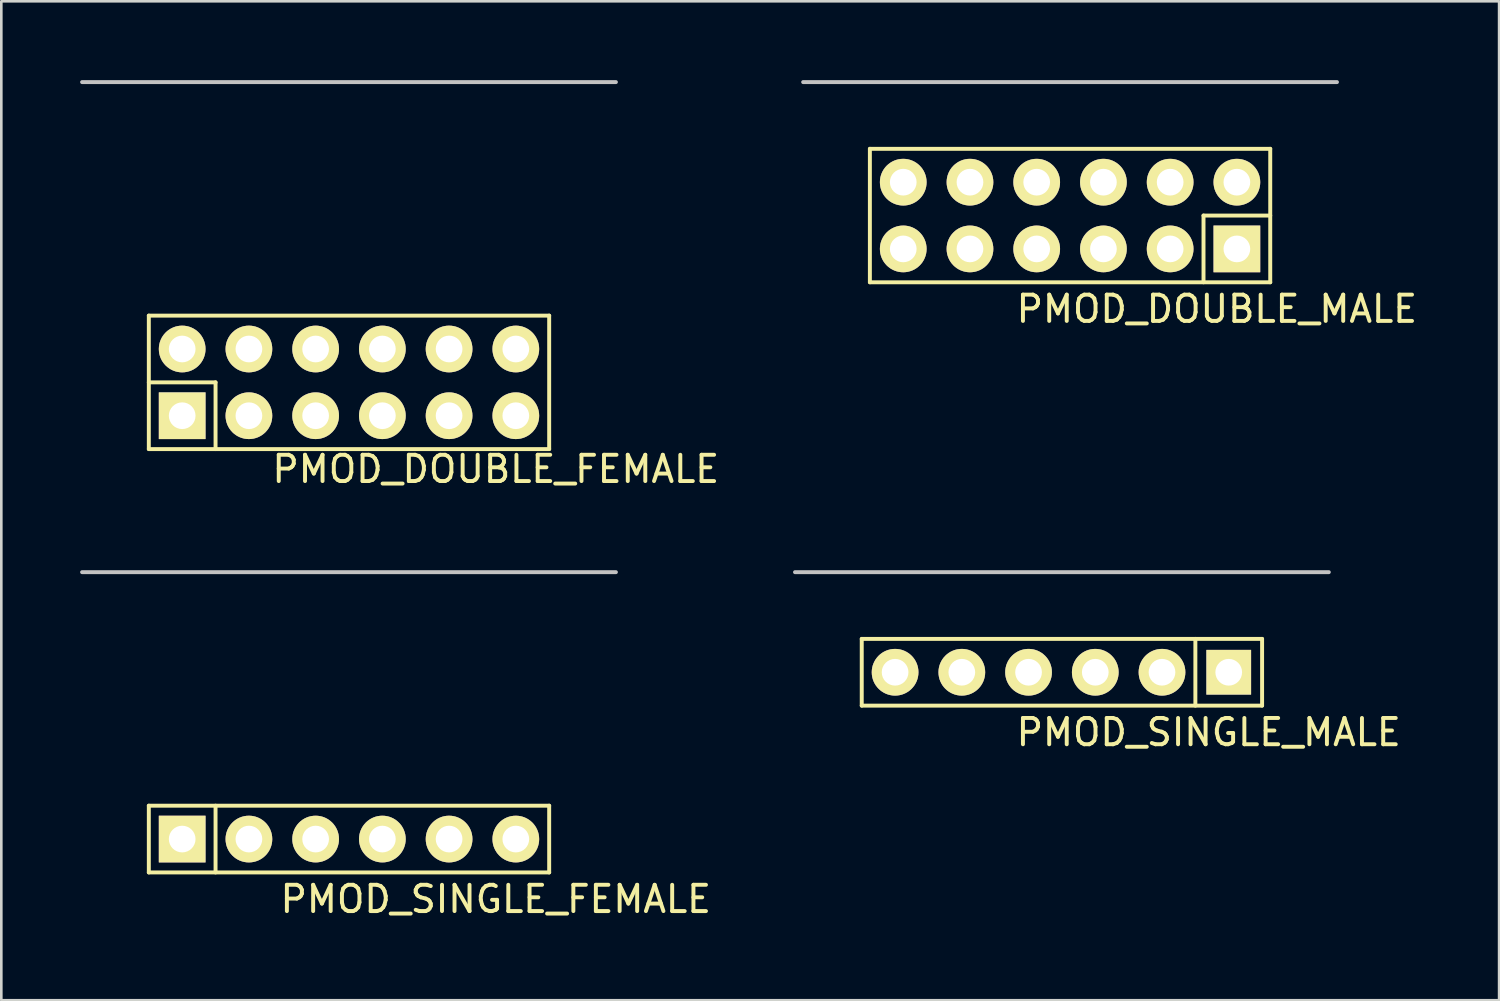
<source format=kicad_pcb>
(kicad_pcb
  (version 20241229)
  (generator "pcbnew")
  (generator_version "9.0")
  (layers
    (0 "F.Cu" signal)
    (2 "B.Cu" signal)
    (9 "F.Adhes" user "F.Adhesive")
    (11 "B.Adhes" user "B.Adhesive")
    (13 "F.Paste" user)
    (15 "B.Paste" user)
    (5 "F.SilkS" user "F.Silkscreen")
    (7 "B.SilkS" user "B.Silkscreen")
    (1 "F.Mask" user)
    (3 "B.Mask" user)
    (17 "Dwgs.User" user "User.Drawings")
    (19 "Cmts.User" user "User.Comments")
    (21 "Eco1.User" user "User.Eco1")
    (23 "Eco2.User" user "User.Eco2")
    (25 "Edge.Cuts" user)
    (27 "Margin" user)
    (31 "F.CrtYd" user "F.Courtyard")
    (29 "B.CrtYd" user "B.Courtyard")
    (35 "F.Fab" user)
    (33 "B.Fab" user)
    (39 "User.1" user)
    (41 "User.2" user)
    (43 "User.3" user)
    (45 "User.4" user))
  (footprint "PMOD_DOUBLE_FEMALE"
    (layer "F.Cu")
    (at 10.235 5.155)
    (property "Reference" "PMOD_DOUBLE_FEMALE" (at 5.588 9.652 0) (layer "F.SilkS") (effects (font (size 1 1) (thickness 0.15))))
    (attr through_hole)
    (fp_line (start -7.62 6.35) (end -5.08 6.35) (stroke (width 0.15) (type solid)) (layer "F.SilkS"))
    (fp_line (start -7.62 8.89) (end -7.62 3.81) (stroke (width 0.15) (type solid)) (layer "F.SilkS"))
    (fp_line (start -7.62 8.89) (end 7.62 8.89) (stroke (width 0.15) (type solid)) (layer "F.SilkS"))
    (fp_line (start -5.08 6.35) (end -5.08 8.89) (stroke (width 0.15) (type solid)) (layer "F.SilkS"))
    (fp_line (start 7.62 3.81) (end -7.62 3.81) (stroke (width 0.15) (type solid)) (layer "F.SilkS"))
    (fp_line (start 7.62 8.89) (end 7.62 3.81) (stroke (width 0.15) (type solid)) (layer "F.SilkS"))
    (fp_line (start -10.16 -5.08) (end 10.16 -5.08) (stroke (width 0.15) (type solid)) (layer "Dwgs.User"))
    (pad "1" thru_hole rect (at -6.35 7.62) (size 1.778 1.778) (drill 1.016) (layers "*.Cu" "*.Mask" "F.SilkS"))
    (pad "2" thru_hole circle (at -3.81 7.62) (size 1.778 1.778) (drill 1.016) (layers "*.Cu" "*.Mask" "F.SilkS"))
    (pad "3" thru_hole circle (at -1.27 7.62) (size 1.778 1.778) (drill 1.016) (layers "*.Cu" "*.Mask" "F.SilkS"))
    (pad "4" thru_hole circle (at 1.27 7.62) (size 1.778 1.778) (drill 1.016) (layers "*.Cu" "*.Mask" "F.SilkS"))
    (pad "5" thru_hole circle (at 3.81 7.62) (size 1.778 1.778) (drill 1.016) (layers "*.Cu" "*.Mask" "F.SilkS"))
    (pad "6" thru_hole circle (at 6.35 7.62) (size 1.778 1.778) (drill 1.016) (layers "*.Cu" "*.Mask" "F.SilkS"))
    (pad "7" thru_hole circle (at -6.35 5.08 180) (size 1.778 1.778) (drill 1.016) (layers "*.Cu" "*.Mask" "F.SilkS"))
    (pad "8" thru_hole circle (at -3.81 5.08 180) (size 1.778 1.778) (drill 1.016) (layers "*.Cu" "*.Mask" "F.SilkS"))
    (pad "9" thru_hole circle (at -1.27 5.08 180) (size 1.778 1.778) (drill 1.016) (layers "*.Cu" "*.Mask" "F.SilkS"))
    (pad "10" thru_hole circle (at 1.27 5.08 180) (size 1.778 1.778) (drill 1.016) (layers "*.Cu" "*.Mask" "F.SilkS"))
    (pad "11" thru_hole circle (at 3.81 5.08 180) (size 1.778 1.778) (drill 1.016) (layers "*.Cu" "*.Mask" "F.SilkS"))
    (pad "12" thru_hole circle (at 6.35 5.08 180) (size 1.778 1.778) (drill 1.016) (layers "*.Cu" "*.Mask" "F.SilkS")))
  (footprint "PMOD_SINGLE_FEMALE"
    (layer "F.Cu")
    (at 10.235 23.81)
    (property "Reference" "PMOD_SINGLE_FEMALE" (at 5.588 7.366 0) (layer "F.SilkS") (effects (font (size 1 1) (thickness 0.15))))
    (attr through_hole)
    (fp_line (start -7.62 3.81) (end -7.62 6.35) (stroke (width 0.15) (type solid)) (layer "F.SilkS"))
    (fp_line (start -7.62 6.35) (end 7.62 6.35) (stroke (width 0.15) (type solid)) (layer "F.SilkS"))
    (fp_line (start -5.08 3.81) (end -5.08 6.35) (stroke (width 0.15) (type solid)) (layer "F.SilkS"))
    (fp_line (start 7.62 3.81) (end -7.62 3.81) (stroke (width 0.15) (type solid)) (layer "F.SilkS"))
    (fp_line (start 7.62 6.35) (end 7.62 3.81) (stroke (width 0.15) (type solid)) (layer "F.SilkS"))
    (fp_line (start -10.16 -5.08) (end 10.16 -5.08) (stroke (width 0.15) (type solid)) (layer "Dwgs.User"))
    (pad "1" thru_hole rect (at -6.35 5.08) (size 1.778 1.778) (drill 1.016) (layers "*.Cu" "*.Mask" "F.SilkS"))
    (pad "2" thru_hole circle (at -3.81 5.08) (size 1.778 1.778) (drill 1.016) (layers "*.Cu" "*.Mask" "F.SilkS"))
    (pad "3" thru_hole circle (at -1.27 5.08) (size 1.778 1.778) (drill 1.016) (layers "*.Cu" "*.Mask" "F.SilkS"))
    (pad "4" thru_hole circle (at 1.27 5.08) (size 1.778 1.778) (drill 1.016) (layers "*.Cu" "*.Mask" "F.SilkS"))
    (pad "5" thru_hole circle (at 3.81 5.08) (size 1.778 1.778) (drill 1.016) (layers "*.Cu" "*.Mask" "F.SilkS"))
    (pad "6" thru_hole circle (at 6.35 5.08) (size 1.778 1.778) (drill 1.016) (layers "*.Cu" "*.Mask" "F.SilkS")))
  (footprint "PMOD_DOUBLE_MALE"
    (layer "F.Cu")
    (at 37.683 2.615)
    (property "Reference" "PMOD_DOUBLE_MALE" (at 5.588 6.096 0) (layer "F.SilkS") (effects (font (size 1 1) (thickness 0.15))))
    (attr through_hole)
    (fp_line (start -7.62 0) (end 7.62 0) (stroke (width 0.15) (type solid)) (layer "F.SilkS"))
    (fp_line (start -7.62 5.08) (end -7.62 0) (stroke (width 0.15) (type solid)) (layer "F.SilkS"))
    (fp_line (start 5.08 2.54) (end 5.08 5.08) (stroke (width 0.15) (type solid)) (layer "F.SilkS"))
    (fp_line (start 7.62 2.54) (end 5.08 2.54) (stroke (width 0.15) (type solid)) (layer "F.SilkS"))
    (fp_line (start 7.62 5.08) (end -7.62 5.08) (stroke (width 0.15) (type solid)) (layer "F.SilkS"))
    (fp_line (start 7.62 5.08) (end 7.62 0) (stroke (width 0.15) (type solid)) (layer "F.SilkS"))
    (fp_line (start -10.16 -2.54) (end 10.16 -2.54) (stroke (width 0.15) (type solid)) (layer "Dwgs.User"))
    (pad "1" thru_hole rect (at 6.35 3.81 180) (size 1.778 1.778) (drill 1.016) (layers "*.Cu" "*.Mask" "F.SilkS"))
    (pad "2" thru_hole circle (at 3.81 3.81 180) (size 1.778 1.778) (drill 1.016) (layers "*.Cu" "*.Mask" "F.SilkS"))
    (pad "3" thru_hole circle (at 1.27 3.81 180) (size 1.778 1.778) (drill 1.016) (layers "*.Cu" "*.Mask" "F.SilkS"))
    (pad "4" thru_hole circle (at -1.27 3.81 180) (size 1.778 1.778) (drill 1.016) (layers "*.Cu" "*.Mask" "F.SilkS"))
    (pad "5" thru_hole circle (at -3.81 3.81 180) (size 1.778 1.778) (drill 1.016) (layers "*.Cu" "*.Mask" "F.SilkS"))
    (pad "6" thru_hole circle (at -6.35 3.81 180) (size 1.778 1.778) (drill 1.016) (layers "*.Cu" "*.Mask" "F.SilkS"))
    (pad "7" thru_hole circle (at 6.35 1.27) (size 1.778 1.778) (drill 1.016) (layers "*.Cu" "*.Mask" "F.SilkS"))
    (pad "8" thru_hole circle (at 3.81 1.27) (size 1.778 1.778) (drill 1.016) (layers "*.Cu" "*.Mask" "F.SilkS"))
    (pad "9" thru_hole circle (at 1.27 1.27) (size 1.778 1.778) (drill 1.016) (layers "*.Cu" "*.Mask" "F.SilkS"))
    (pad "10" thru_hole circle (at -1.27 1.27) (size 1.778 1.778) (drill 1.016) (layers "*.Cu" "*.Mask" "F.SilkS"))
    (pad "11" thru_hole circle (at -3.81 1.27) (size 1.778 1.778) (drill 1.016) (layers "*.Cu" "*.Mask" "F.SilkS"))
    (pad "12" thru_hole circle (at -6.35 1.27) (size 1.778 1.778) (drill 1.016) (layers "*.Cu" "*.Mask" "F.SilkS")))
  (footprint "PMOD_SINGLE_MALE"
    (layer "F.Cu")
    (at 37.373 20.508)
    (property "Reference" "PMOD_SINGLE_MALE" (at 5.588 4.318 0) (layer "F.SilkS") (effects (font (size 1 1) (thickness 0.15))))
    (attr through_hole)
    (fp_line (start -7.62 0.762) (end 7.62 0.762) (stroke (width 0.15) (type solid)) (layer "F.SilkS"))
    (fp_line (start -7.62 3.302) (end -7.62 0.762) (stroke (width 0.15) (type solid)) (layer "F.SilkS"))
    (fp_line (start 5.08 0.762) (end 5.08 3.302) (stroke (width 0.15) (type solid)) (layer "F.SilkS"))
    (fp_line (start 7.62 0.762) (end 7.62 3.302) (stroke (width 0.15) (type solid)) (layer "F.SilkS"))
    (fp_line (start 7.62 3.302) (end -7.62 3.302) (stroke (width 0.15) (type solid)) (layer "F.SilkS"))
    (fp_line (start -10.16 -1.778) (end 10.16 -1.778) (stroke (width 0.15) (type solid)) (layer "Dwgs.User"))
    (pad "1" thru_hole rect (at 6.35 2.032 180) (size 1.702 1.702) (drill 1.016) (layers "*.Cu" "*.Mask" "F.SilkS"))
    (pad "2" thru_hole circle (at 3.81 2.032 180) (size 1.778 1.778) (drill 1.016) (layers "*.Cu" "*.Mask" "F.SilkS"))
    (pad "3" thru_hole circle (at 1.27 2.032 180) (size 1.778 1.778) (drill 1.016) (layers "*.Cu" "*.Mask" "F.SilkS"))
    (pad "4" thru_hole circle (at -1.27 2.032 180) (size 1.778 1.778) (drill 1.016) (layers "*.Cu" "*.Mask" "F.SilkS"))
    (pad "5" thru_hole circle (at -3.81 2.032 180) (size 1.778 1.778) (drill 1.016) (layers "*.Cu" "*.Mask" "F.SilkS"))
    (pad "6" thru_hole circle (at -6.35 2.032 180) (size 1.778 1.778) (drill 1.016) (layers "*.Cu" "*.Mask" "F.SilkS")))
  (gr_rect
    (start -3 -3)
    (end 54.015 35.025)
    (stroke (width 0.1) (type default))
    (fill no)
    (layer "Edge.Cuts")))
</source>
